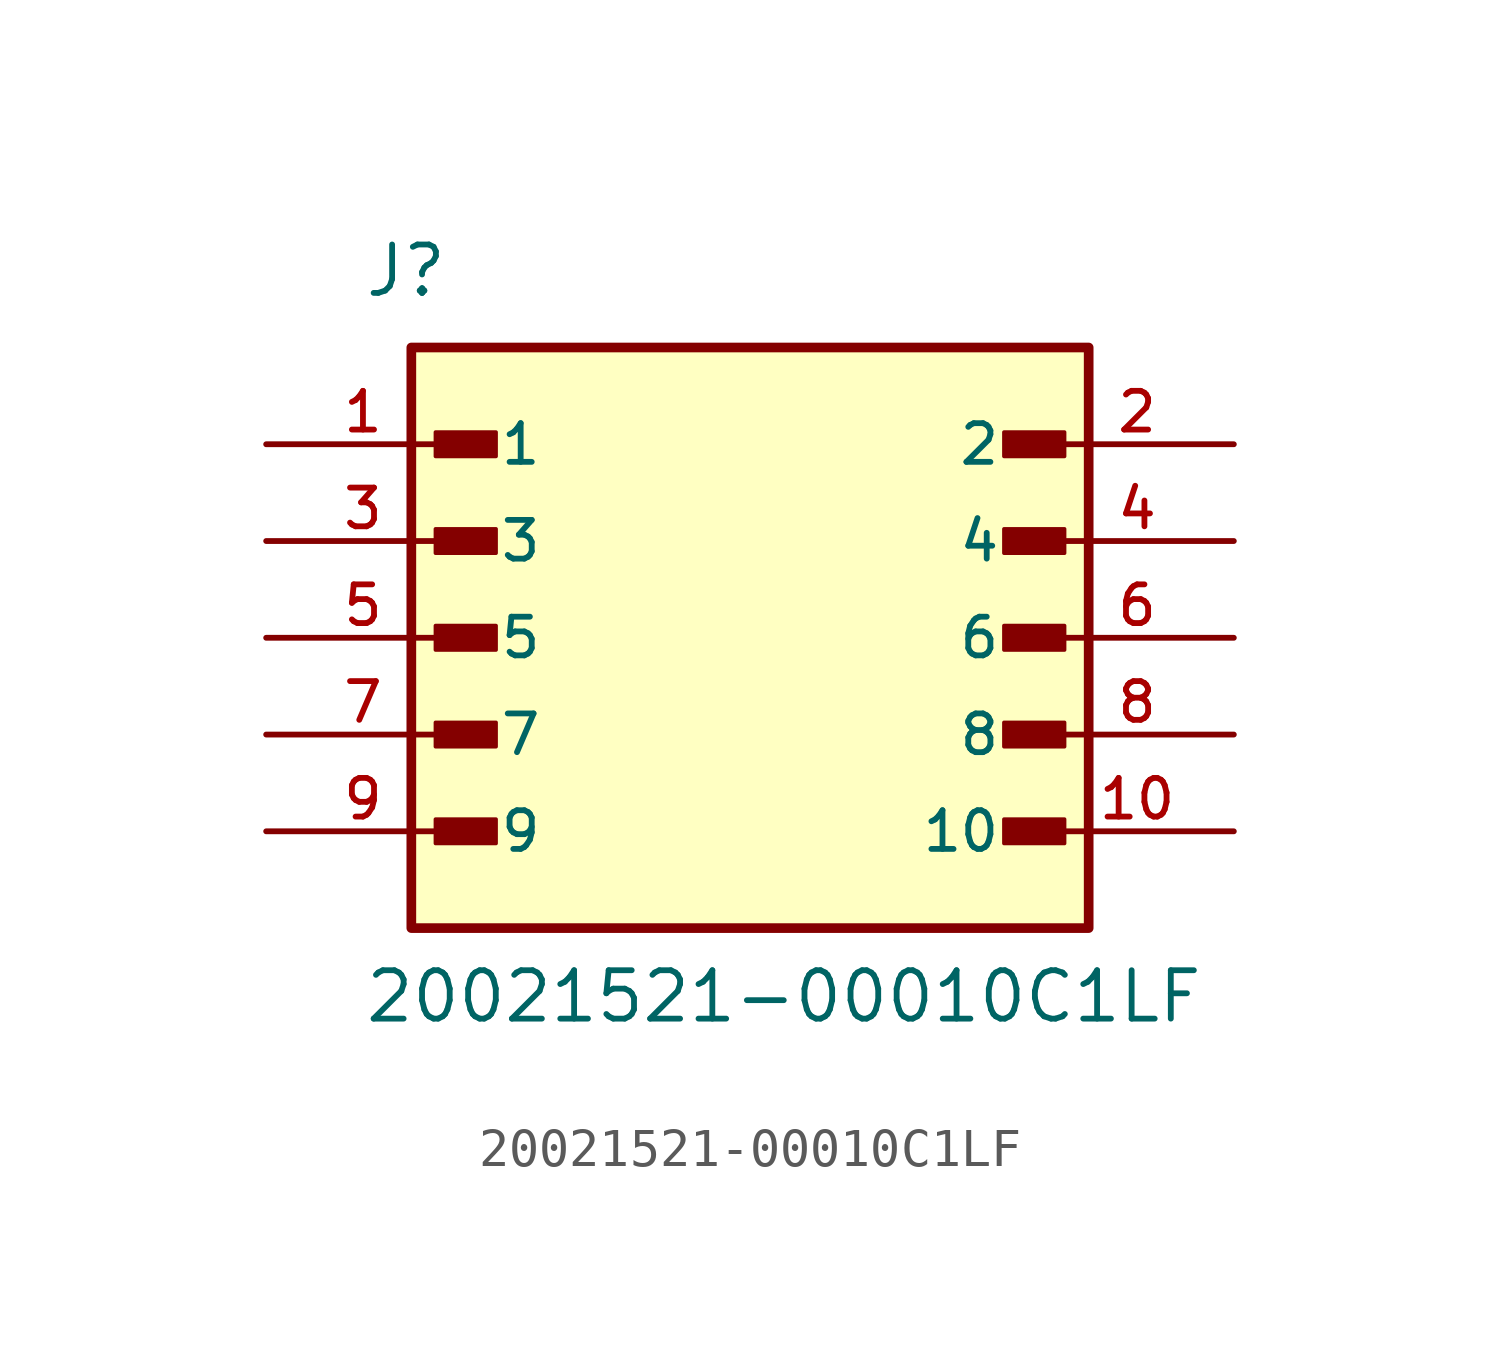
<source format=kicad_sym>
(kicad_symbol_lib
  (version 20211014)
  (generator kicad_symbol_editor)
  (symbol "20021521-00010C1LF"
    (pin_names
      (offset 1.016))
    (property "Reference" "J"
      (at -10.16 8.89 0)
      (effects (font (size 1.27 1.27)) (justify bottom left)))
    (property "Value" "20021521-00010C1LF"
      (at -10.16 -10.16 0)
      (effects (font (size 1.27 1.27)) (justify bottom left)))
    (symbol "20021521-00010C1LF_0_0"
      (rectangle (start -8.255 4.763) (end -6.668 5.397) (stroke (width 0.1)) (fill (type outline)))
      (rectangle (start -8.255 2.223) (end -6.668 2.857) (stroke (width 0.1)) (fill (type outline)))
      (rectangle (start -8.255 -0.318) (end -6.668 0.318) (stroke (width 0.1)) (fill (type outline)))
      (rectangle (start -8.255 -2.857) (end -6.668 -2.223) (stroke (width 0.1)) (fill (type outline)))
      (rectangle (start -8.255 -5.397) (end -6.668 -4.763) (stroke (width 0.1)) (fill (type outline)))
      (rectangle (start 6.668 -5.397) (end 8.255 -4.763) (stroke (width 0.1)) (fill (type outline)))
      (rectangle (start 6.668 -2.857) (end 8.255 -2.223) (stroke (width 0.1)) (fill (type outline)))
      (rectangle (start 6.668 -0.318) (end 8.255 0.318) (stroke (width 0.1)) (fill (type outline)))
      (rectangle (start 6.668 2.223) (end 8.255 2.857) (stroke (width 0.1)) (fill (type outline)))
      (rectangle (start 6.668 4.763) (end 8.255 5.397) (stroke (width 0.1)) (fill (type outline)))
      (rectangle (start -8.89 -7.62) (end 8.89 7.62) (stroke (width 0.254)) (fill (type background)))
      (pin passive line (at -12.7 5.08 0) (length 5.08) (name "1" (effects (font (size 1.016 1.016)))) (number "1" (effects (font (size 1.016 1.016)))))
      (pin passive line (at 12.7 5.08 180.0) (length 5.08) (name "2" (effects (font (size 1.016 1.016)))) (number "2" (effects (font (size 1.016 1.016)))))
      (pin passive line (at -12.7 2.54 0) (length 5.08) (name "3" (effects (font (size 1.016 1.016)))) (number "3" (effects (font (size 1.016 1.016)))))
      (pin passive line (at 12.7 2.54 180.0) (length 5.08) (name "4" (effects (font (size 1.016 1.016)))) (number "4" (effects (font (size 1.016 1.016)))))
      (pin passive line (at -12.7 0.0 0) (length 5.08) (name "5" (effects (font (size 1.016 1.016)))) (number "5" (effects (font (size 1.016 1.016)))))
      (pin passive line (at 12.7 0.0 180.0) (length 5.08) (name "6" (effects (font (size 1.016 1.016)))) (number "6" (effects (font (size 1.016 1.016)))))
      (pin passive line (at -12.7 -2.54 0) (length 5.08) (name "7" (effects (font (size 1.016 1.016)))) (number "7" (effects (font (size 1.016 1.016)))))
      (pin passive line (at 12.7 -2.54 180.0) (length 5.08) (name "8" (effects (font (size 1.016 1.016)))) (number "8" (effects (font (size 1.016 1.016)))))
      (pin passive line (at -12.7 -5.08 0) (length 5.08) (name "9" (effects (font (size 1.016 1.016)))) (number "9" (effects (font (size 1.016 1.016)))))
      (pin passive line (at 12.7 -5.08 180.0) (length 5.08) (name "10" (effects (font (size 1.016 1.016)))) (number "10" (effects (font (size 1.016 1.016))))))))
</source>
